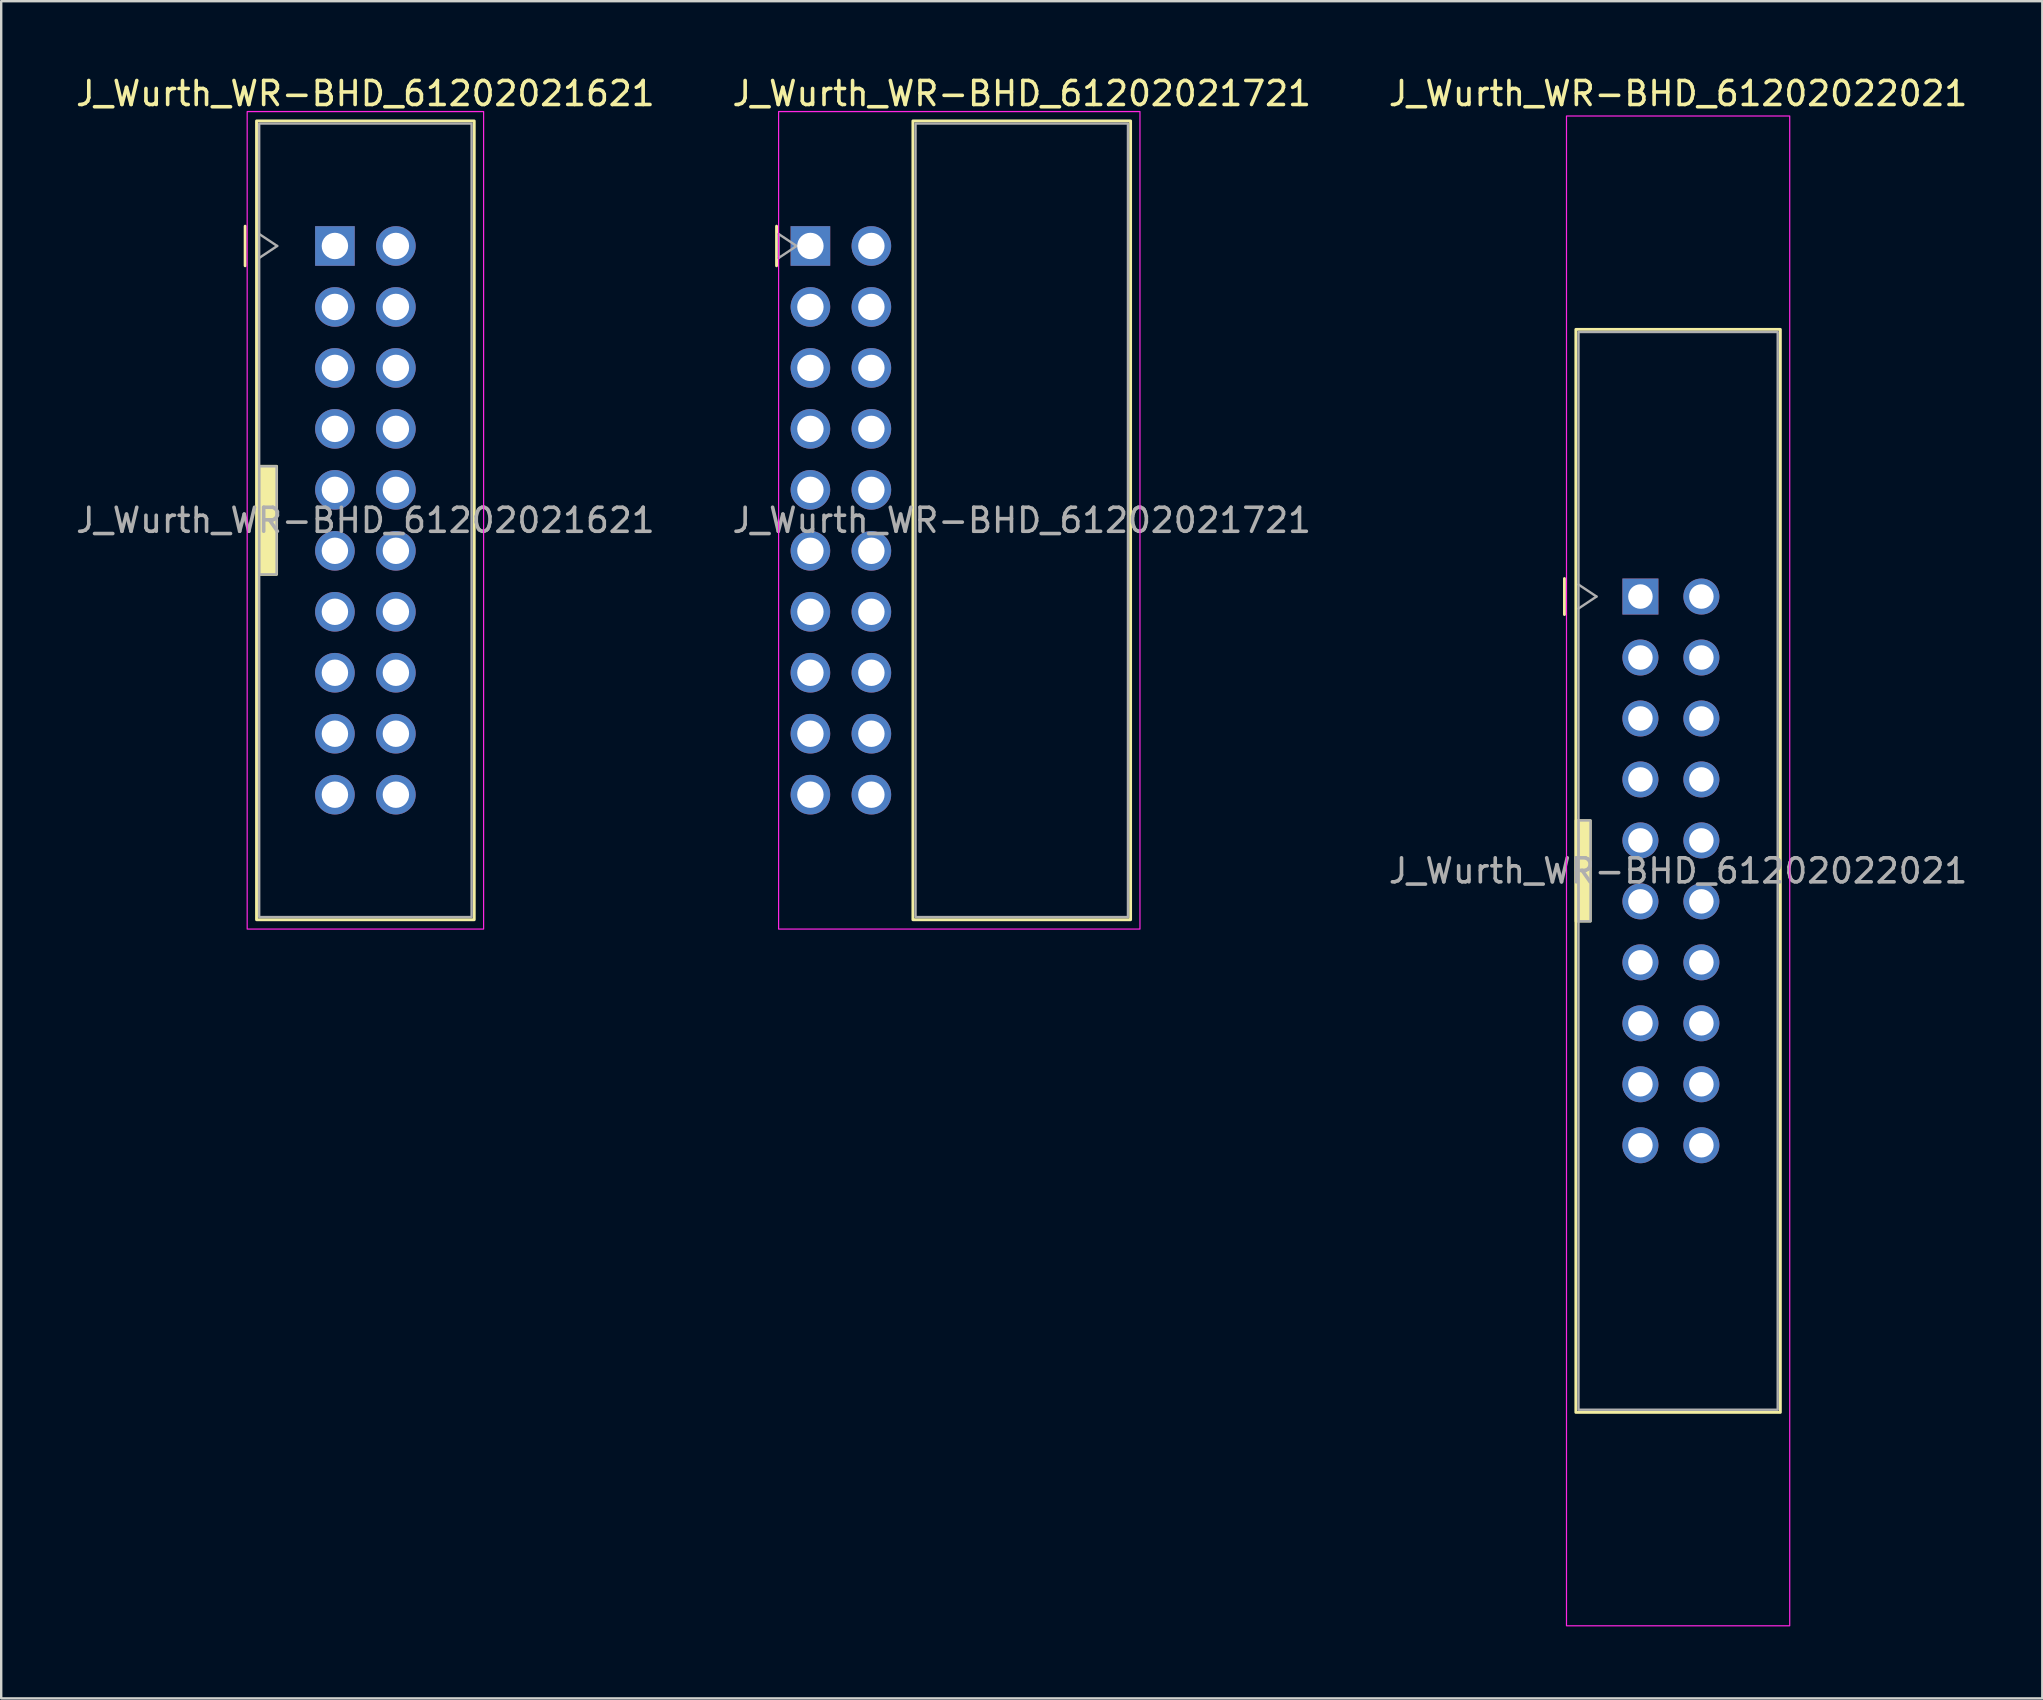
<source format=kicad_pcb>
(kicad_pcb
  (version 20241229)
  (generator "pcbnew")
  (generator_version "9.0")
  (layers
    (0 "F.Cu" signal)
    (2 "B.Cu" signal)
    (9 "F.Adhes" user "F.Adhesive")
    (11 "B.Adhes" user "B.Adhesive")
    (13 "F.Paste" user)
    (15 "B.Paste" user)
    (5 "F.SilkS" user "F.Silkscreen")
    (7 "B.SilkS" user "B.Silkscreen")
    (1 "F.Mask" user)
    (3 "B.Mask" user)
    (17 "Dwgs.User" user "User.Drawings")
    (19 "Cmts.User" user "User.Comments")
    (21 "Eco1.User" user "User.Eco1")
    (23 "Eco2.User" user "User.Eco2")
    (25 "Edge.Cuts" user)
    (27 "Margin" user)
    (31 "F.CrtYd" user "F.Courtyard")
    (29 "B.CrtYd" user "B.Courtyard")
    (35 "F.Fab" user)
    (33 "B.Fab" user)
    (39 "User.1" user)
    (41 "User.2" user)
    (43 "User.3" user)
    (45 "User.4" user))
  (footprint "J_Wurth_WR-BHD_61202022021"
    (layer "F.Cu")
    (at 65.293 21.803)
    (property "Reference" "J_Wurth_WR-BHD_61202022021" (at 1.57 -20.955 0) (unlocked yes) (layer "F.SilkS") (effects (font (size 1 1) (thickness 0.15))))
    (attr through_hole)
    (fp_line (start -3.165 -0.75) (end -3.165 0.75) (stroke (width 0.12) (type solid)) (layer "F.SilkS"))
    (fp_rect (start -2.69 -11.13) (end 5.83 33.99) (stroke (width 0.12) (type solid)) (fill no) (layer "F.SilkS"))
    (fp_rect (start -2.69 9.33) (end -2.08 13.53) (stroke (width 0.1) (type solid)) (fill yes) (layer "F.SilkS"))
    (fp_rect (start -3.08 -20.02) (end 6.22 42.88) (stroke (width 0.05) (type solid)) (fill no) (layer "F.CrtYd"))
    (fp_line (start -1.83 0) (end -2.58 -0.5) (stroke (width 0.1) (type solid)) (layer "F.Fab"))
    (fp_line (start -1.83 0) (end -2.58 0.5) (stroke (width 0.1) (type solid)) (layer "F.Fab"))
    (fp_rect (start -2.58 -11.02) (end 5.72 33.88) (stroke (width 0.1) (type solid)) (fill no) (layer "F.Fab"))
    (fp_rect (start -2.58 9.33) (end -2.08 13.53) (stroke (width 0.1) (type solid)) (fill no) (layer "F.Fab"))
    (fp_text user "${REFERENCE}" (at 1.57 11.43 0) (unlocked yes) (layer "F.Fab") (effects (font (size 1 1) (thickness 0.15))))
    (pad "1" thru_hole rect (at 0 0 270) (size 1.5 1.5) (drill 1.02) (layers "*.Cu" "*.Mask"))
    (pad "2" thru_hole circle (at 2.54 0 270) (size 1.5 1.5) (drill 1.02) (layers "*.Cu" "*.Mask"))
    (pad "3" thru_hole circle (at 0 2.54 270) (size 1.5 1.5) (drill 1.02) (layers "*.Cu" "*.Mask"))
    (pad "4" thru_hole circle (at 2.54 2.54 270) (size 1.5 1.5) (drill 1.02) (layers "*.Cu" "*.Mask"))
    (pad "5" thru_hole circle (at 0 5.08 270) (size 1.5 1.5) (drill 1.02) (layers "*.Cu" "*.Mask"))
    (pad "6" thru_hole circle (at 2.54 5.08 270) (size 1.5 1.5) (drill 1.02) (layers "*.Cu" "*.Mask"))
    (pad "7" thru_hole circle (at 0 7.62 270) (size 1.5 1.5) (drill 1.02) (layers "*.Cu" "*.Mask"))
    (pad "8" thru_hole circle (at 2.54 7.62 270) (size 1.5 1.5) (drill 1.02) (layers "*.Cu" "*.Mask"))
    (pad "9" thru_hole circle (at 0 10.16 270) (size 1.5 1.5) (drill 1.02) (layers "*.Cu" "*.Mask"))
    (pad "10" thru_hole circle (at 2.54 10.16 270) (size 1.5 1.5) (drill 1.02) (layers "*.Cu" "*.Mask"))
    (pad "11" thru_hole circle (at 0 12.7 270) (size 1.5 1.5) (drill 1.02) (layers "*.Cu" "*.Mask"))
    (pad "12" thru_hole circle (at 2.54 12.7 270) (size 1.5 1.5) (drill 1.02) (layers "*.Cu" "*.Mask"))
    (pad "13" thru_hole circle (at 0 15.24 270) (size 1.5 1.5) (drill 1.02) (layers "*.Cu" "*.Mask"))
    (pad "14" thru_hole circle (at 2.54 15.24 270) (size 1.5 1.5) (drill 1.02) (layers "*.Cu" "*.Mask"))
    (pad "15" thru_hole circle (at 0 17.78 270) (size 1.5 1.5) (drill 1.02) (layers "*.Cu" "*.Mask"))
    (pad "16" thru_hole circle (at 2.54 17.78 270) (size 1.5 1.5) (drill 1.02) (layers "*.Cu" "*.Mask"))
    (pad "17" thru_hole circle (at 0 20.32 270) (size 1.5 1.5) (drill 1.02) (layers "*.Cu" "*.Mask"))
    (pad "18" thru_hole circle (at 2.54 20.32 270) (size 1.5 1.5) (drill 1.02) (layers "*.Cu" "*.Mask"))
    (pad "19" thru_hole circle (at 0 22.86 270) (size 1.5 1.5) (drill 1.02) (layers "*.Cu" "*.Mask"))
    (pad "20" thru_hole circle (at 2.54 22.86 270) (size 1.5 1.5) (drill 1.02) (layers "*.Cu" "*.Mask")))
  (footprint "J_Wurth_WR-BHD_61202021721"
    (layer "F.Cu")
    (at 30.713 7.198)
    (property "Reference" "J_Wurth_WR-BHD_61202021721" (at 8.805 -6.35 0) (unlocked yes) (layer "F.SilkS") (effects (font (size 1 1) (thickness 0.15))))
    (attr through_hole)
    (fp_line (start -1.41 0.825) (end -1.41 -0.825) (stroke (width 0.12) (type solid)) (layer "F.SilkS"))
    (fp_rect (start 4.27 -5.21) (end 13.34 28.07) (stroke (width 0.12) (type solid)) (fill no) (layer "F.SilkS"))
    (fp_rect (start -1.325 -5.6) (end 13.73 28.46) (stroke (width 0.05) (type solid)) (fill no) (layer "F.CrtYd"))
    (fp_line (start -1.325 0.5) (end -1.325 -0.5) (stroke (width 0.1) (type default)) (layer "F.Fab"))
    (fp_line (start -0.575 0) (end -1.325 -0.5) (stroke (width 0.1) (type solid)) (layer "F.Fab"))
    (fp_line (start -0.575 0) (end -1.325 0.5) (stroke (width 0.1) (type solid)) (layer "F.Fab"))
    (fp_rect (start 4.38 -5.1) (end 13.23 27.96) (stroke (width 0.1) (type solid)) (fill no) (layer "F.Fab"))
    (fp_text user "${REFERENCE}" (at 8.805 11.43 0) (unlocked yes) (layer "F.Fab") (effects (font (size 1 1) (thickness 0.15))))
    (pad "1" thru_hole rect (at 0 0 90) (size 1.65 1.65) (drill 1.1) (layers "*.Cu" "*.Mask"))
    (pad "2" thru_hole circle (at 2.54 0 90) (size 1.65 1.65) (drill 1.1) (layers "*.Cu" "*.Mask"))
    (pad "3" thru_hole circle (at 0 2.54 90) (size 1.65 1.65) (drill 1.1) (layers "*.Cu" "*.Mask"))
    (pad "4" thru_hole circle (at 2.54 2.54 90) (size 1.65 1.65) (drill 1.1) (layers "*.Cu" "*.Mask"))
    (pad "5" thru_hole circle (at 0 5.08 90) (size 1.65 1.65) (drill 1.1) (layers "*.Cu" "*.Mask"))
    (pad "6" thru_hole circle (at 2.54 5.08 90) (size 1.65 1.65) (drill 1.1) (layers "*.Cu" "*.Mask"))
    (pad "7" thru_hole circle (at 0 7.62 90) (size 1.65 1.65) (drill 1.1) (layers "*.Cu" "*.Mask"))
    (pad "8" thru_hole circle (at 2.54 7.62 90) (size 1.65 1.65) (drill 1.1) (layers "*.Cu" "*.Mask"))
    (pad "9" thru_hole circle (at 0 10.16 90) (size 1.65 1.65) (drill 1.1) (layers "*.Cu" "*.Mask"))
    (pad "10" thru_hole circle (at 2.54 10.16 90) (size 1.65 1.65) (drill 1.1) (layers "*.Cu" "*.Mask"))
    (pad "11" thru_hole circle (at 0 12.7 90) (size 1.65 1.65) (drill 1.1) (layers "*.Cu" "*.Mask"))
    (pad "12" thru_hole circle (at 2.54 12.7 90) (size 1.65 1.65) (drill 1.1) (layers "*.Cu" "*.Mask"))
    (pad "13" thru_hole circle (at 0 15.24 90) (size 1.65 1.65) (drill 1.1) (layers "*.Cu" "*.Mask"))
    (pad "14" thru_hole circle (at 2.54 15.24 90) (size 1.65 1.65) (drill 1.1) (layers "*.Cu" "*.Mask"))
    (pad "15" thru_hole circle (at 0 17.78 90) (size 1.65 1.65) (drill 1.1) (layers "*.Cu" "*.Mask"))
    (pad "16" thru_hole circle (at 2.54 17.78 90) (size 1.65 1.65) (drill 1.1) (layers "*.Cu" "*.Mask"))
    (pad "17" thru_hole circle (at 0 20.32 90) (size 1.65 1.65) (drill 1.1) (layers "*.Cu" "*.Mask"))
    (pad "18" thru_hole circle (at 2.54 20.32 90) (size 1.65 1.65) (drill 1.1) (layers "*.Cu" "*.Mask"))
    (pad "19" thru_hole circle (at 0 22.86 90) (size 1.65 1.65) (drill 1.1) (layers "*.Cu" "*.Mask"))
    (pad "20" thru_hole circle (at 2.54 22.86 90) (size 1.65 1.65) (drill 1.1) (layers "*.Cu" "*.Mask")))
  (footprint "J_Wurth_WR-BHD_61202021621"
    (layer "F.Cu")
    (at 10.903 7.198)
    (property "Reference" "J_Wurth_WR-BHD_61202021621" (at 1.27 -6.35 0) (unlocked yes) (layer "F.SilkS") (effects (font (size 1 1) (thickness 0.15))))
    (attr through_hole)
    (fp_line (start -3.74 -0.825) (end -3.74 0.825) (stroke (width 0.12) (type solid)) (layer "F.SilkS"))
    (fp_rect (start -3.265 -5.21) (end 5.805 28.07) (stroke (width 0.12) (type solid)) (fill no) (layer "F.SilkS"))
    (fp_rect (start -3.155 9.18) (end -2.43 13.68) (stroke (width 0.12) (type solid)) (fill yes) (layer "F.SilkS"))
    (fp_rect (start -3.655 -5.6) (end 6.195 28.46) (stroke (width 0.05) (type solid)) (fill no) (layer "F.CrtYd"))
    (fp_line (start -2.405 0) (end -3.155 -0.5) (stroke (width 0.1) (type solid)) (layer "F.Fab"))
    (fp_line (start -2.405 0) (end -3.155 0.5) (stroke (width 0.1) (type solid)) (layer "F.Fab"))
    (fp_rect (start -3.155 9.18) (end -2.43 13.68) (stroke (width 0.1) (type solid)) (fill no) (layer "F.Fab"))
    (fp_rect (start -3.155 -5.1) (end 5.695 27.96) (stroke (width 0.1) (type solid)) (fill no) (layer "F.Fab"))
    (fp_text user "${REFERENCE}" (at 1.27 11.43 0) (unlocked yes) (layer "F.Fab") (effects (font (size 1 1) (thickness 0.15))))
    (pad "1" thru_hole rect (at 0 0 270) (size 1.65 1.65) (drill 1.1) (layers "*.Cu" "*.Mask"))
    (pad "2" thru_hole circle (at 2.54 0 270) (size 1.65 1.65) (drill 1.1) (layers "*.Cu" "*.Mask"))
    (pad "3" thru_hole circle (at 0 2.54 270) (size 1.65 1.65) (drill 1.1) (layers "*.Cu" "*.Mask"))
    (pad "4" thru_hole circle (at 2.54 2.54 270) (size 1.65 1.65) (drill 1.1) (layers "*.Cu" "*.Mask"))
    (pad "5" thru_hole circle (at 0 5.08 270) (size 1.65 1.65) (drill 1.1) (layers "*.Cu" "*.Mask"))
    (pad "6" thru_hole circle (at 2.54 5.08 270) (size 1.65 1.65) (drill 1.1) (layers "*.Cu" "*.Mask"))
    (pad "7" thru_hole circle (at 0 7.62 270) (size 1.65 1.65) (drill 1.1) (layers "*.Cu" "*.Mask"))
    (pad "8" thru_hole circle (at 2.54 7.62 270) (size 1.65 1.65) (drill 1.1) (layers "*.Cu" "*.Mask"))
    (pad "9" thru_hole circle (at 0 10.16 270) (size 1.65 1.65) (drill 1.1) (layers "*.Cu" "*.Mask"))
    (pad "10" thru_hole circle (at 2.54 10.16 270) (size 1.65 1.65) (drill 1.1) (layers "*.Cu" "*.Mask"))
    (pad "11" thru_hole circle (at 0 12.7 270) (size 1.65 1.65) (drill 1.1) (layers "*.Cu" "*.Mask"))
    (pad "12" thru_hole circle (at 2.54 12.7 270) (size 1.65 1.65) (drill 1.1) (layers "*.Cu" "*.Mask"))
    (pad "13" thru_hole circle (at 0 15.24 270) (size 1.65 1.65) (drill 1.1) (layers "*.Cu" "*.Mask"))
    (pad "14" thru_hole circle (at 2.54 15.24 270) (size 1.65 1.65) (drill 1.1) (layers "*.Cu" "*.Mask"))
    (pad "15" thru_hole circle (at 0 17.78 270) (size 1.65 1.65) (drill 1.1) (layers "*.Cu" "*.Mask"))
    (pad "16" thru_hole circle (at 2.54 17.78 270) (size 1.65 1.65) (drill 1.1) (layers "*.Cu" "*.Mask"))
    (pad "17" thru_hole circle (at 0 20.32 270) (size 1.65 1.65) (drill 1.1) (layers "*.Cu" "*.Mask"))
    (pad "18" thru_hole circle (at 2.54 20.32 270) (size 1.65 1.65) (drill 1.1) (layers "*.Cu" "*.Mask"))
    (pad "19" thru_hole circle (at 0 22.86 270) (size 1.65 1.65) (drill 1.1) (layers "*.Cu" "*.Mask"))
    (pad "20" thru_hole circle (at 2.54 22.86 270) (size 1.65 1.65) (drill 1.1) (layers "*.Cu" "*.Mask")))
  (gr_rect
    (start -3 -3)
    (end 82.036 67.708)
    (stroke (width 0.1) (type default))
    (fill no)
    (layer "Edge.Cuts")))
</source>
